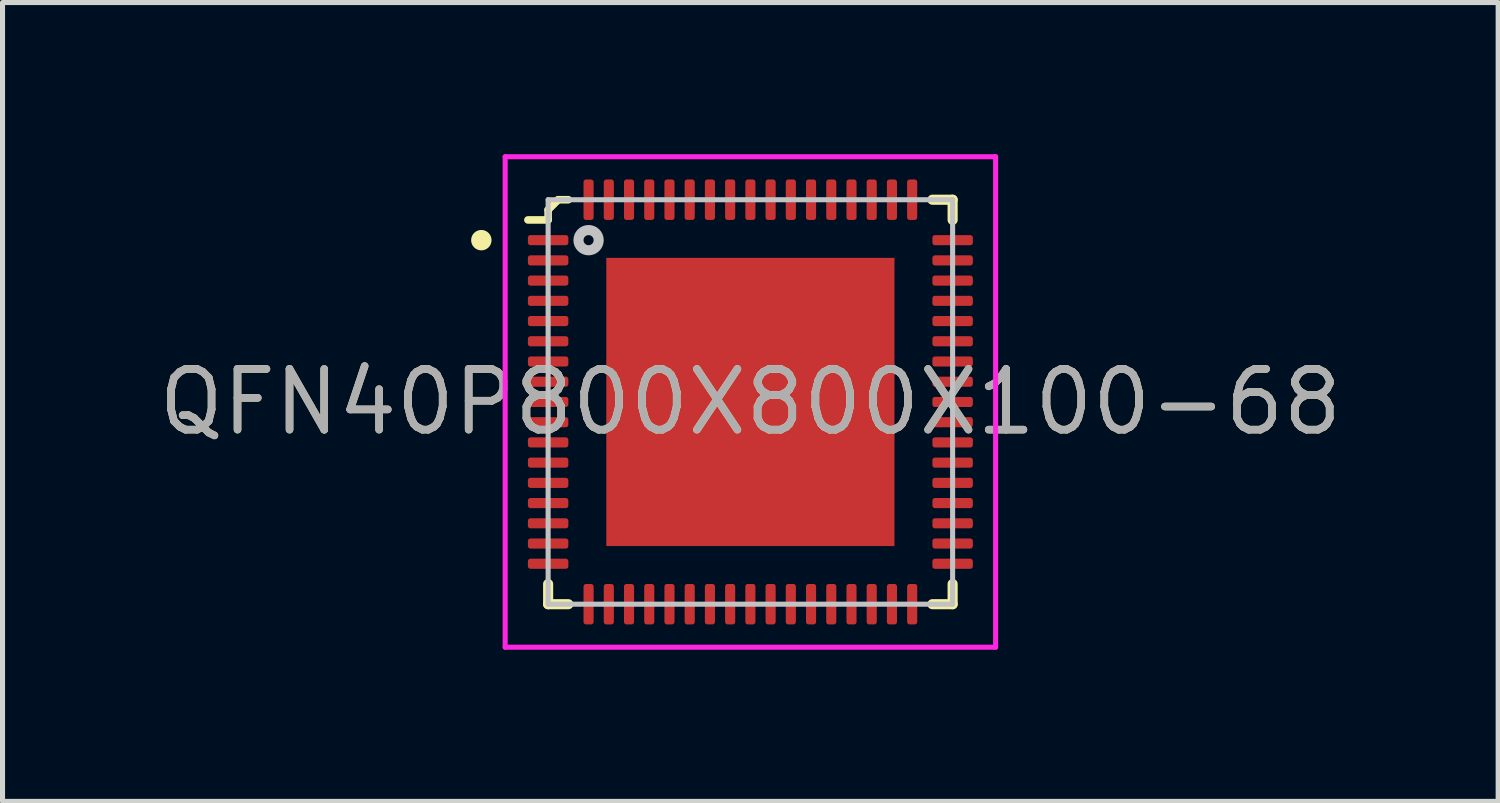
<source format=kicad_pcb>
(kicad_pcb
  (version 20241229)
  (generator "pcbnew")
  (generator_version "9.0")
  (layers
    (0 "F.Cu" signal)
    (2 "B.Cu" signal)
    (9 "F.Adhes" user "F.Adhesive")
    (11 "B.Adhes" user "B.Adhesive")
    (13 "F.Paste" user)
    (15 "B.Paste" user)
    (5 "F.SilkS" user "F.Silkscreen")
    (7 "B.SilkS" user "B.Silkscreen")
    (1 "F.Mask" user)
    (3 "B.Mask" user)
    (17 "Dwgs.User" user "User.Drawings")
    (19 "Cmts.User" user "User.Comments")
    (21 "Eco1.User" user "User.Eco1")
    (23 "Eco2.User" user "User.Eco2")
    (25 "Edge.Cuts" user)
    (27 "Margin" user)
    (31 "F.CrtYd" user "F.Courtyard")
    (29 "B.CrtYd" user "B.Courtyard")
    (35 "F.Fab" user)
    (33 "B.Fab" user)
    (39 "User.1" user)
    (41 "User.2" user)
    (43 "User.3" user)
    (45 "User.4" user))
  (footprint "QFN40P800X800X100-68"
    (layer "F.Cu")
    (at 11.791 4.9)
    (property "Reference" "QFN40P800X800X100-68" (at 0 0 0) (layer "F.SilkS") (effects (font (size 1.2 1.2) (thickness 0.15))))
    (attr through_hole)
    (fp_line (start -5.326 -3.312) (end -5.326 -3.152) (stroke (width 0.15) (type solid)) (layer "F.SilkS"))
    (fp_line (start -4.4 -3.6) (end -4 -3.6) (stroke (width 0.15) (type solid)) (layer "F.SilkS"))
    (fp_line (start -4 -3.8) (end -4 -3.6) (stroke (width 0.15) (type solid)) (layer "F.SilkS"))
    (fp_line (start -4 3.6) (end -4 4) (stroke (width 0.2) (type solid)) (layer "F.SilkS"))
    (fp_line (start -4 4) (end -3.6 4) (stroke (width 0.2) (type solid)) (layer "F.SilkS"))
    (fp_line (start -3.8 -4) (end -4 -3.8) (stroke (width 0.15) (type solid)) (layer "F.SilkS"))
    (fp_line (start -3.6 -4) (end -3.8 -4) (stroke (width 0.15) (type solid)) (layer "F.SilkS"))
    (fp_line (start 3.6 4) (end 4 4) (stroke (width 0.2) (type solid)) (layer "F.SilkS"))
    (fp_line (start 4 -4) (end 3.6 -4) (stroke (width 0.2) (type solid)) (layer "F.SilkS"))
    (fp_line (start 4 -4) (end 4 -3.6) (stroke (width 0.2) (type solid)) (layer "F.SilkS"))
    (fp_line (start 4 4) (end 4 3.6) (stroke (width 0.2) (type solid)) (layer "F.SilkS"))
    (fp_circle (center -5.321 -3.2) (end -5.194 -3.2) (stroke (width 0.15) (type solid)) (fill no) (layer "F.SilkS"))
    (fp_line (start -4 -4) (end 4 -4) (stroke (width 0.1) (type solid)) (layer "Dwgs.User"))
    (fp_line (start -4 4) (end -4 -4) (stroke (width 0.1) (type solid)) (layer "Dwgs.User"))
    (fp_line (start 4 -4) (end 4 4) (stroke (width 0.1) (type solid)) (layer "Dwgs.User"))
    (fp_line (start 4 4) (end -4 4) (stroke (width 0.1) (type solid)) (layer "Dwgs.User"))
    (fp_circle (center -3.2 -3.2) (end -3 -3.2) (stroke (width 0.2) (type solid)) (fill no) (layer "Dwgs.User"))
    (fp_line (start -4.85 -4.85) (end -4.85 4.85) (stroke (width 0.1) (type solid)) (layer "F.CrtYd"))
    (fp_line (start -4.85 4.85) (end 4.85 4.85) (stroke (width 0.1) (type solid)) (layer "F.CrtYd"))
    (fp_line (start 4.85 -4.85) (end -4.85 -4.85) (stroke (width 0.1) (type solid)) (layer "F.CrtYd"))
    (fp_line (start 4.85 4.85) (end 4.85 -4.85) (stroke (width 0.1) (type solid)) (layer "F.CrtYd"))
    (fp_text user "${REFERENCE}" (at 0 0 0) (layer "F.Fab") (effects (font (size 1.2 1.2) (thickness 0.15))))
    (pad "1" smd roundrect (at -4 -3.2) (size 0.8 0.2) (layers "F.Cu" "F.Mask" "F.Paste") (roundrect_rratio 0.25))
    (pad "2" smd roundrect (at -4 -2.8) (size 0.8 0.2) (layers "F.Cu" "F.Mask" "F.Paste") (roundrect_rratio 0.25))
    (pad "3" smd roundrect (at -4 -2.4) (size 0.8 0.2) (layers "F.Cu" "F.Mask" "F.Paste") (roundrect_rratio 0.25))
    (pad "4" smd roundrect (at -4 -2) (size 0.8 0.2) (layers "F.Cu" "F.Mask" "F.Paste") (roundrect_rratio 0.25))
    (pad "5" smd roundrect (at -4 -1.6) (size 0.8 0.2) (layers "F.Cu" "F.Mask" "F.Paste") (roundrect_rratio 0.25))
    (pad "6" smd roundrect (at -4 -1.2) (size 0.8 0.2) (layers "F.Cu" "F.Mask" "F.Paste") (roundrect_rratio 0.25))
    (pad "7" smd roundrect (at -4 -0.8) (size 0.8 0.2) (layers "F.Cu" "F.Mask" "F.Paste") (roundrect_rratio 0.25))
    (pad "8" smd roundrect (at -4 -0.4) (size 0.8 0.2) (layers "F.Cu" "F.Mask" "F.Paste") (roundrect_rratio 0.25))
    (pad "9" smd roundrect (at -4 0) (size 0.8 0.2) (layers "F.Cu" "F.Mask" "F.Paste") (roundrect_rratio 0.25))
    (pad "10" smd roundrect (at -4 0.4) (size 0.8 0.2) (layers "F.Cu" "F.Mask" "F.Paste") (roundrect_rratio 0.25))
    (pad "11" smd roundrect (at -4 0.8) (size 0.8 0.2) (layers "F.Cu" "F.Mask" "F.Paste") (roundrect_rratio 0.25))
    (pad "12" smd roundrect (at -4 1.2) (size 0.8 0.2) (layers "F.Cu" "F.Mask" "F.Paste") (roundrect_rratio 0.25))
    (pad "13" smd roundrect (at -4 1.6) (size 0.8 0.2) (layers "F.Cu" "F.Mask" "F.Paste") (roundrect_rratio 0.25))
    (pad "14" smd roundrect (at -4 2) (size 0.8 0.2) (layers "F.Cu" "F.Mask" "F.Paste") (roundrect_rratio 0.25))
    (pad "15" smd roundrect (at -4 2.4) (size 0.8 0.2) (layers "F.Cu" "F.Mask" "F.Paste") (roundrect_rratio 0.25))
    (pad "16" smd roundrect (at -4 2.8) (size 0.8 0.2) (layers "F.Cu" "F.Mask" "F.Paste") (roundrect_rratio 0.25))
    (pad "17" smd roundrect (at -4 3.2) (size 0.8 0.2) (layers "F.Cu" "F.Mask" "F.Paste") (roundrect_rratio 0.25))
    (pad "18" smd roundrect (at -3.2 4 90) (size 0.8 0.2) (layers "F.Cu" "F.Mask" "F.Paste") (roundrect_rratio 0.25))
    (pad "19" smd roundrect (at -2.8 4 90) (size 0.8 0.2) (layers "F.Cu" "F.Mask" "F.Paste") (roundrect_rratio 0.25))
    (pad "20" smd roundrect (at -2.4 4 90) (size 0.8 0.2) (layers "F.Cu" "F.Mask" "F.Paste") (roundrect_rratio 0.25))
    (pad "21" smd roundrect (at -2 4 90) (size 0.8 0.2) (layers "F.Cu" "F.Mask" "F.Paste") (roundrect_rratio 0.25))
    (pad "22" smd roundrect (at -1.6 4 90) (size 0.8 0.2) (layers "F.Cu" "F.Mask" "F.Paste") (roundrect_rratio 0.25))
    (pad "23" smd roundrect (at -1.2 4 90) (size 0.8 0.2) (layers "F.Cu" "F.Mask" "F.Paste") (roundrect_rratio 0.25))
    (pad "24" smd roundrect (at -0.8 4 90) (size 0.8 0.2) (layers "F.Cu" "F.Mask" "F.Paste") (roundrect_rratio 0.25))
    (pad "25" smd roundrect (at -0.4 4 90) (size 0.8 0.2) (layers "F.Cu" "F.Mask" "F.Paste") (roundrect_rratio 0.25))
    (pad "26" smd roundrect (at 0 4 90) (size 0.8 0.2) (layers "F.Cu" "F.Mask" "F.Paste") (roundrect_rratio 0.25))
    (pad "27" smd roundrect (at 0.4 4 90) (size 0.8 0.2) (layers "F.Cu" "F.Mask" "F.Paste") (roundrect_rratio 0.25))
    (pad "28" smd roundrect (at 0.8 4 90) (size 0.8 0.2) (layers "F.Cu" "F.Mask" "F.Paste") (roundrect_rratio 0.25))
    (pad "29" smd roundrect (at 1.2 4 90) (size 0.8 0.2) (layers "F.Cu" "F.Mask" "F.Paste") (roundrect_rratio 0.25))
    (pad "30" smd roundrect (at 1.6 4 90) (size 0.8 0.2) (layers "F.Cu" "F.Mask" "F.Paste") (roundrect_rratio 0.25))
    (pad "31" smd roundrect (at 2 4 90) (size 0.8 0.2) (layers "F.Cu" "F.Mask" "F.Paste") (roundrect_rratio 0.25))
    (pad "32" smd roundrect (at 2.4 4 90) (size 0.8 0.2) (layers "F.Cu" "F.Mask" "F.Paste") (roundrect_rratio 0.25))
    (pad "33" smd roundrect (at 2.8 4 90) (size 0.8 0.2) (layers "F.Cu" "F.Mask" "F.Paste") (roundrect_rratio 0.25))
    (pad "34" smd roundrect (at 3.2 4 90) (size 0.8 0.2) (layers "F.Cu" "F.Mask" "F.Paste") (roundrect_rratio 0.25))
    (pad "35" smd roundrect (at 4 3.2) (size 0.8 0.2) (layers "F.Cu" "F.Mask" "F.Paste") (roundrect_rratio 0.25))
    (pad "36" smd roundrect (at 4 2.8) (size 0.8 0.2) (layers "F.Cu" "F.Mask" "F.Paste") (roundrect_rratio 0.25))
    (pad "37" smd roundrect (at 4 2.4) (size 0.8 0.2) (layers "F.Cu" "F.Mask" "F.Paste") (roundrect_rratio 0.25))
    (pad "38" smd roundrect (at 4 2) (size 0.8 0.2) (layers "F.Cu" "F.Mask" "F.Paste") (roundrect_rratio 0.25))
    (pad "39" smd roundrect (at 4 1.6) (size 0.8 0.2) (layers "F.Cu" "F.Mask" "F.Paste") (roundrect_rratio 0.25))
    (pad "40" smd roundrect (at 4 1.2) (size 0.8 0.2) (layers "F.Cu" "F.Mask" "F.Paste") (roundrect_rratio 0.25))
    (pad "41" smd roundrect (at 4 0.8) (size 0.8 0.2) (layers "F.Cu" "F.Mask" "F.Paste") (roundrect_rratio 0.25))
    (pad "42" smd roundrect (at 4 0.4) (size 0.8 0.2) (layers "F.Cu" "F.Mask" "F.Paste") (roundrect_rratio 0.25))
    (pad "43" smd roundrect (at 4 0) (size 0.8 0.2) (layers "F.Cu" "F.Mask" "F.Paste") (roundrect_rratio 0.25))
    (pad "44" smd roundrect (at 4 -0.4) (size 0.8 0.2) (layers "F.Cu" "F.Mask" "F.Paste") (roundrect_rratio 0.25))
    (pad "45" smd roundrect (at 4 -0.8) (size 0.8 0.2) (layers "F.Cu" "F.Mask" "F.Paste") (roundrect_rratio 0.25))
    (pad "46" smd roundrect (at 4 -1.2) (size 0.8 0.2) (layers "F.Cu" "F.Mask" "F.Paste") (roundrect_rratio 0.25))
    (pad "47" smd roundrect (at 4 -1.6) (size 0.8 0.2) (layers "F.Cu" "F.Mask" "F.Paste") (roundrect_rratio 0.25))
    (pad "48" smd roundrect (at 4 -2) (size 0.8 0.2) (layers "F.Cu" "F.Mask" "F.Paste") (roundrect_rratio 0.25))
    (pad "49" smd roundrect (at 4 -2.4) (size 0.8 0.2) (layers "F.Cu" "F.Mask" "F.Paste") (roundrect_rratio 0.25))
    (pad "50" smd roundrect (at 4 -2.8) (size 0.8 0.2) (layers "F.Cu" "F.Mask" "F.Paste") (roundrect_rratio 0.25))
    (pad "51" smd roundrect (at 4 -3.2) (size 0.8 0.2) (layers "F.Cu" "F.Mask" "F.Paste") (roundrect_rratio 0.25))
    (pad "52" smd roundrect (at 3.2 -4 90) (size 0.8 0.2) (layers "F.Cu" "F.Mask" "F.Paste") (roundrect_rratio 0.25))
    (pad "53" smd roundrect (at 2.8 -4 90) (size 0.8 0.2) (layers "F.Cu" "F.Mask" "F.Paste") (roundrect_rratio 0.25))
    (pad "54" smd roundrect (at 2.4 -4 90) (size 0.8 0.2) (layers "F.Cu" "F.Mask" "F.Paste") (roundrect_rratio 0.25))
    (pad "55" smd roundrect (at 2 -4 90) (size 0.8 0.2) (layers "F.Cu" "F.Mask" "F.Paste") (roundrect_rratio 0.25))
    (pad "56" smd roundrect (at 1.6 -4 90) (size 0.8 0.2) (layers "F.Cu" "F.Mask" "F.Paste") (roundrect_rratio 0.25))
    (pad "57" smd roundrect (at 1.2 -4 90) (size 0.8 0.2) (layers "F.Cu" "F.Mask" "F.Paste") (roundrect_rratio 0.25))
    (pad "58" smd roundrect (at 0.8 -4 90) (size 0.8 0.2) (layers "F.Cu" "F.Mask" "F.Paste") (roundrect_rratio 0.25))
    (pad "59" smd roundrect (at 0.4 -4 90) (size 0.8 0.2) (layers "F.Cu" "F.Mask" "F.Paste") (roundrect_rratio 0.25))
    (pad "60" smd roundrect (at 0 -4 90) (size 0.8 0.2) (layers "F.Cu" "F.Mask" "F.Paste") (roundrect_rratio 0.25))
    (pad "61" smd roundrect (at -0.4 -4 90) (size 0.8 0.2) (layers "F.Cu" "F.Mask" "F.Paste") (roundrect_rratio 0.25))
    (pad "62" smd roundrect (at -0.8 -4 90) (size 0.8 0.2) (layers "F.Cu" "F.Mask" "F.Paste") (roundrect_rratio 0.25))
    (pad "63" smd roundrect (at -1.2 -4 90) (size 0.8 0.2) (layers "F.Cu" "F.Mask" "F.Paste") (roundrect_rratio 0.25))
    (pad "64" smd roundrect (at -1.6 -4 90) (size 0.8 0.2) (layers "F.Cu" "F.Mask" "F.Paste") (roundrect_rratio 0.25))
    (pad "65" smd roundrect (at -2 -4 90) (size 0.8 0.2) (layers "F.Cu" "F.Mask" "F.Paste") (roundrect_rratio 0.25))
    (pad "66" smd roundrect (at -2.4 -4 90) (size 0.8 0.2) (layers "F.Cu" "F.Mask" "F.Paste") (roundrect_rratio 0.25))
    (pad "67" smd roundrect (at -2.8 -4 90) (size 0.8 0.2) (layers "F.Cu" "F.Mask" "F.Paste") (roundrect_rratio 0.25))
    (pad "68" smd roundrect (at -3.2 -4 90) (size 0.8 0.2) (layers "F.Cu" "F.Mask" "F.Paste") (roundrect_rratio 0.25))
    (pad "69" smd rect (at 0 0 90) (size 5.7 5.7) (layers "F.Cu" "F.Mask" "F.Paste")))
  (gr_rect
    (start -3 -3)
    (end 26.581 12.8)
    (stroke (width 0.1) (type default))
    (fill no)
    (layer "Edge.Cuts")))
</source>
